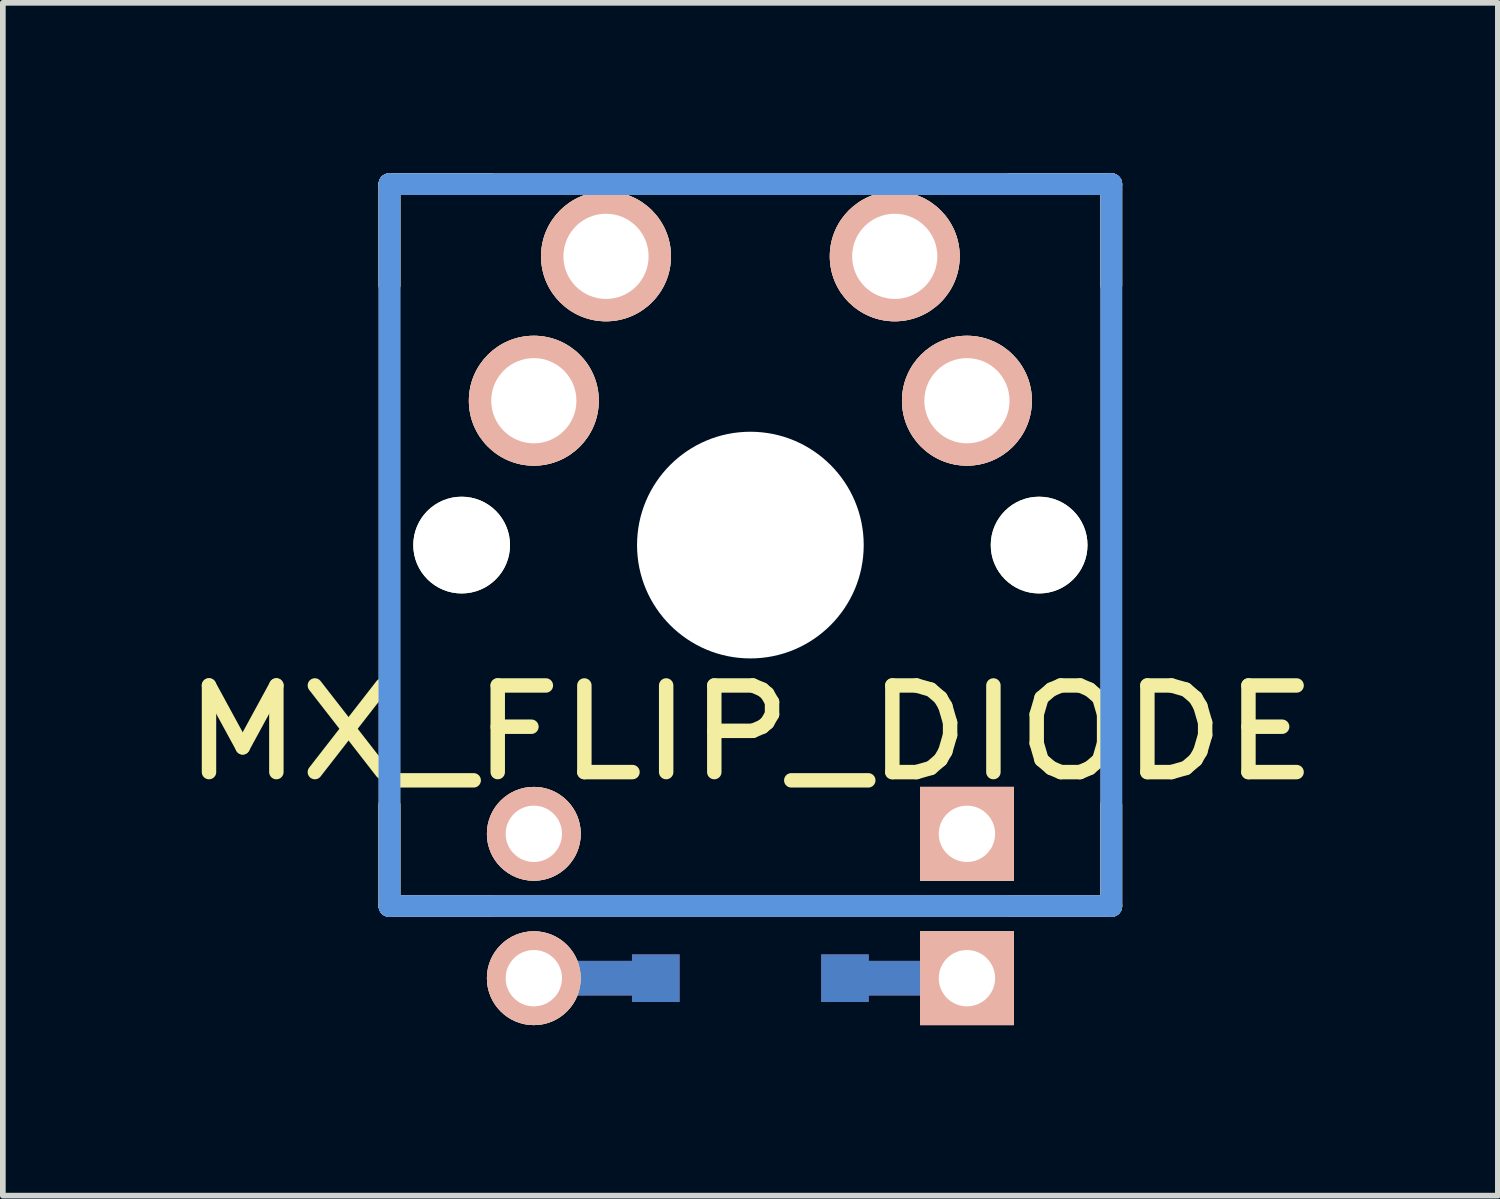
<source format=kicad_pcb>
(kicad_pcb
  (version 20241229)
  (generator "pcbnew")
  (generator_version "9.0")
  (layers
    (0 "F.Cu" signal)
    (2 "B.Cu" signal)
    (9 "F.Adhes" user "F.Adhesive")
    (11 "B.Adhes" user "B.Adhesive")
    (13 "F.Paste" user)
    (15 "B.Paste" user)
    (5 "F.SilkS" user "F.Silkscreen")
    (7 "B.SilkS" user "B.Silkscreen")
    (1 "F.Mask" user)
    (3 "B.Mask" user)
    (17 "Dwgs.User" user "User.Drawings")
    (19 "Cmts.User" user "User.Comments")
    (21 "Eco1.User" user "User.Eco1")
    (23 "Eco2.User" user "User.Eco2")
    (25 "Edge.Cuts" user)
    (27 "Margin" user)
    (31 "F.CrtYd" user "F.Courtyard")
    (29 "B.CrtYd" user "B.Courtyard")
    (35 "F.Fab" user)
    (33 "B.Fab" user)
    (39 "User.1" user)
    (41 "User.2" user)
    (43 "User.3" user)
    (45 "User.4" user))
  (footprint "MX_FLIP_DIODE"
    (layer "F.Cu")
    (at 10.152 6.54)
    (property "Reference" "MX_FLIP_DIODE" (at 0 3.302 0) (layer "F.SilkS") (effects (font (size 1.524 1.778) (thickness 0.254))))
    (attr through_hole)
    (fp_line (start -3.81 7.62) (end -1.664 7.62) (stroke (width 0.61) (type solid)) (layer "F.Cu"))
    (fp_line (start 1.664 7.62) (end 3.81 7.62) (stroke (width 0.61) (type solid)) (layer "F.Cu"))
    (fp_line (start -3.81 7.62) (end -1.664 7.62) (stroke (width 0.61) (type solid)) (layer "B.Cu"))
    (fp_line (start 1.664 7.62) (end 3.81 7.62) (stroke (width 0.61) (type solid)) (layer "B.Cu"))
    (fp_line (start -6.35 -6.35) (end -4.572 -6.35) (stroke (width 0.381) (type solid)) (layer "F.SilkS"))
    (fp_line (start -6.35 -4.572) (end -6.35 -6.35) (stroke (width 0.381) (type solid)) (layer "F.SilkS"))
    (fp_line (start -6.35 6.35) (end -6.35 4.572) (stroke (width 0.381) (type solid)) (layer "F.SilkS"))
    (fp_line (start -4.572 6.35) (end -6.35 6.35) (stroke (width 0.381) (type solid)) (layer "F.SilkS"))
    (fp_line (start 4.572 -6.35) (end 6.35 -6.35) (stroke (width 0.381) (type solid)) (layer "F.SilkS"))
    (fp_line (start 6.35 -6.35) (end 6.35 -4.572) (stroke (width 0.381) (type solid)) (layer "F.SilkS"))
    (fp_line (start 6.35 4.572) (end 6.35 6.35) (stroke (width 0.381) (type solid)) (layer "F.SilkS"))
    (fp_line (start 6.35 6.35) (end 4.572 6.35) (stroke (width 0.381) (type solid)) (layer "F.SilkS"))
    (fp_line (start -6.35 -6.35) (end -4.572 -6.35) (stroke (width 0.381) (type solid)) (layer "B.SilkS"))
    (fp_line (start -6.35 -4.572) (end -6.35 -6.35) (stroke (width 0.381) (type solid)) (layer "B.SilkS"))
    (fp_line (start -6.35 6.35) (end -6.35 4.572) (stroke (width 0.381) (type solid)) (layer "B.SilkS"))
    (fp_line (start -4.572 6.35) (end -6.35 6.35) (stroke (width 0.381) (type solid)) (layer "B.SilkS"))
    (fp_line (start 4.572 -6.35) (end 6.35 -6.35) (stroke (width 0.381) (type solid)) (layer "B.SilkS"))
    (fp_line (start 6.35 -6.35) (end 6.35 -4.572) (stroke (width 0.381) (type solid)) (layer "B.SilkS"))
    (fp_line (start 6.35 4.572) (end 6.35 6.35) (stroke (width 0.381) (type solid)) (layer "B.SilkS"))
    (fp_line (start 6.35 6.35) (end 4.572 6.35) (stroke (width 0.381) (type solid)) (layer "B.SilkS"))
    (fp_line (start -6.35 -6.35) (end 6.35 -6.35) (stroke (width 0.381) (type solid)) (layer "Dwgs.User"))
    (fp_line (start -6.35 6.35) (end -6.35 -6.35) (stroke (width 0.381) (type solid)) (layer "Dwgs.User"))
    (fp_line (start 0 0) (end 0 0) (stroke (width 0.025) (type solid)) (layer "Dwgs.User"))
    (fp_line (start 6.35 -6.35) (end 6.35 6.35) (stroke (width 0.381) (type solid)) (layer "Dwgs.User"))
    (fp_line (start 6.35 6.35) (end -6.35 6.35) (stroke (width 0.381) (type solid)) (layer "Dwgs.User"))
    (fp_line (start -6.35 -6.35) (end 6.35 -6.35) (stroke (width 0.381) (type solid)) (layer "Cmts.User"))
    (fp_line (start -6.35 6.35) (end -6.35 -6.35) (stroke (width 0.381) (type solid)) (layer "Cmts.User"))
    (fp_line (start 6.35 -6.35) (end 6.35 6.35) (stroke (width 0.381) (type solid)) (layer "Cmts.User"))
    (fp_line (start 6.35 6.35) (end -6.35 6.35) (stroke (width 0.381) (type solid)) (layer "Cmts.User"))
    (pad "" np_thru_hole circle (at -5.08 0) (size 1.702 1.702) (drill 1.702) (layers "*.Cu" "*.Mask" "F.SilkS"))
    (pad "" np_thru_hole circle (at 0 0) (size 3.988 3.988) (drill 3.988) (layers "*.Cu"))
    (pad "" np_thru_hole circle (at 5.08 0) (size 1.702 1.702) (drill 1.702) (layers "*.Cu" "*.Mask" "F.SilkS"))
    (pad "1" thru_hole circle (at 2.54 -5.08) (size 2.286 2.286) (drill 1.499) (layers "*.Cu" "*.SilkS" "*.Mask"))
    (pad "1" thru_hole circle (at 3.81 -2.54) (size 2.286 2.286) (drill 1.499) (layers "*.Cu" "*.SilkS" "*.Mask"))
    (pad "2" thru_hole circle (at -3.81 -2.54) (size 2.286 2.286) (drill 1.499) (layers "*.Cu" "*.SilkS" "*.Mask"))
    (pad "2" thru_hole circle (at -2.54 -5.08) (size 2.286 2.286) (drill 1.499) (layers "*.Cu" "*.SilkS" "*.Mask"))
    (pad "3" thru_hole circle (at -3.81 5.08) (size 1.651 1.651) (drill 0.991) (layers "*.Cu" "*.SilkS" "*.Mask"))
    (pad "3" thru_hole circle (at -3.81 7.62) (size 1.651 1.651) (drill 0.991) (layers "*.Cu" "*.SilkS" "*.Mask"))
    (pad "4" thru_hole rect (at 3.81 5.08) (size 1.651 1.651) (drill 0.991) (layers "*.Cu" "*.SilkS" "*.Mask"))
    (pad "4" thru_hole rect (at 3.81 7.62) (size 1.651 1.651) (drill 0.991) (layers "*.Cu" "*.SilkS" "*.Mask"))
    (pad "99" smd rect (at -1.664 7.62) (size 0.838 0.838) (layers "F.Cu" "F.Mask" "F.Paste"))
    (pad "99" smd rect (at -1.664 7.62) (size 0.838 0.838) (layers "B.Cu" "B.Mask" "B.Paste"))
    (pad "99" smd rect (at 1.664 7.62) (size 0.838 0.838) (layers "F.Cu" "F.Mask" "F.Paste"))
    (pad "99" smd rect (at 1.664 7.62) (size 0.838 0.838) (layers "B.Cu" "B.Mask" "B.Paste")))
  (gr_rect
    (start -3 -3)
    (end 23.303 17.986)
    (stroke (width 0.1) (type default))
    (fill no)
    (layer "Edge.Cuts")))
</source>
